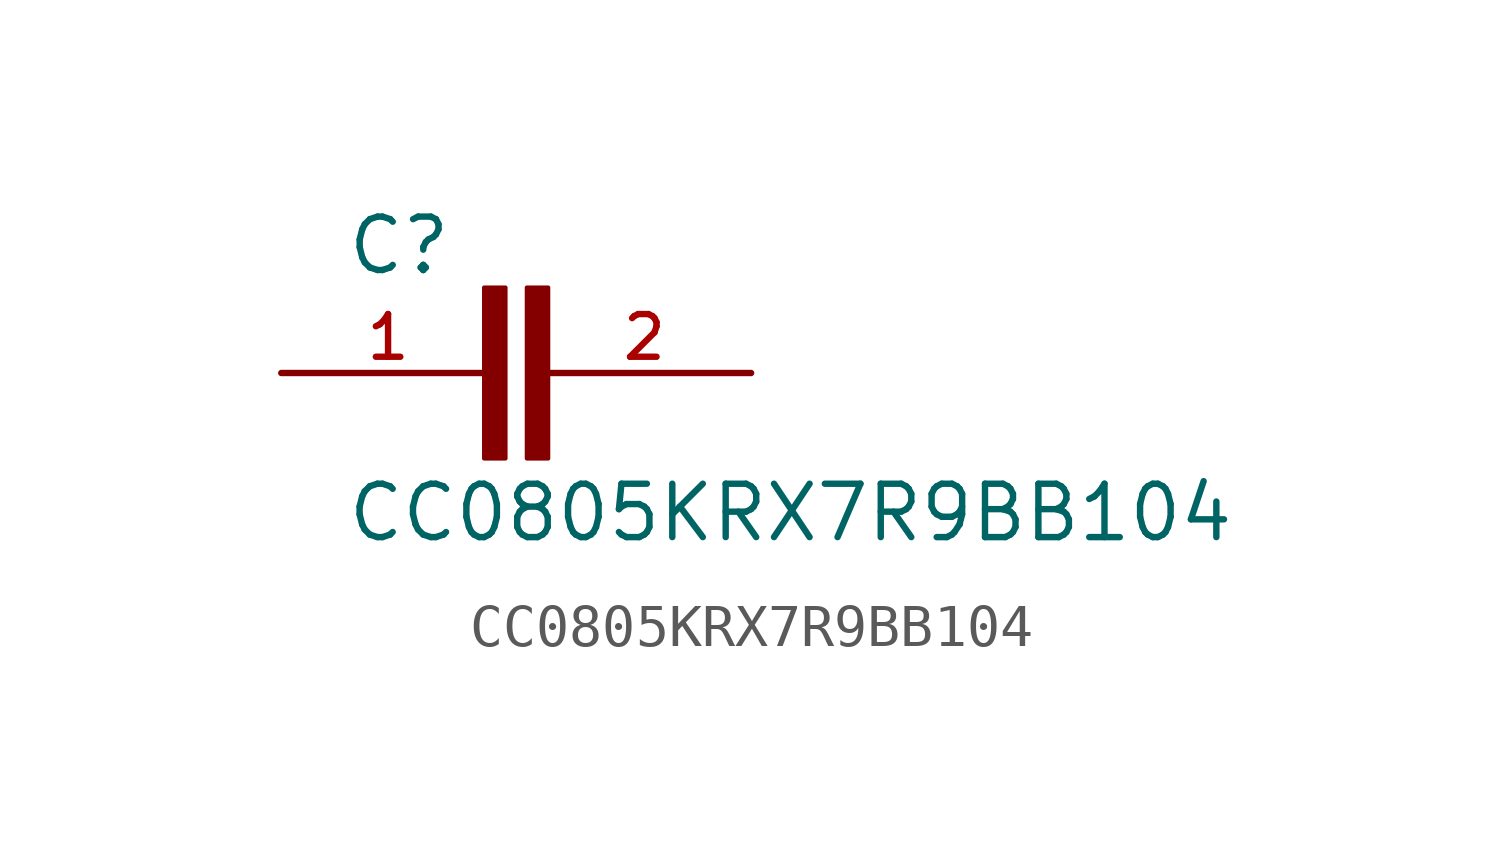
<source format=kicad_sym>
(kicad_symbol_lib
  (version 20211014)
  (generator kicad_symbol_editor)
  (symbol "CC0805KRX7R9BB104"
    (pin_names
      (offset 1.016))
    (property "Reference" "C"
      (at -4.065 2.287 0)
      (effects (font (size 1.27 1.27)) (justify bottom left)))
    (property "Value" "CC0805KRX7R9BB104"
      (at -4.067 -4.067 0)
      (effects (font (size 1.27 1.27)) (justify bottom left)))
    (symbol "CC0805KRX7R9BB104_0_0"
      (rectangle (start -0.763 -2.033) (end -0.255 2.033) (stroke (width 0.1)) (fill (type outline)))
      (rectangle (start 0.253 -2.033) (end 0.761 2.033) (stroke (width 0.1)) (fill (type outline)))
      (pin passive line (at -5.588 0.0 0) (length 5.08) (name "~" (effects (font (size 1.016 1.016)))) (number "1" (effects (font (size 1.016 1.016)))))
      (pin passive line (at 5.588 0.0 180.0) (length 5.08) (name "~" (effects (font (size 1.016 1.016)))) (number "2" (effects (font (size 1.016 1.016))))))))
</source>
